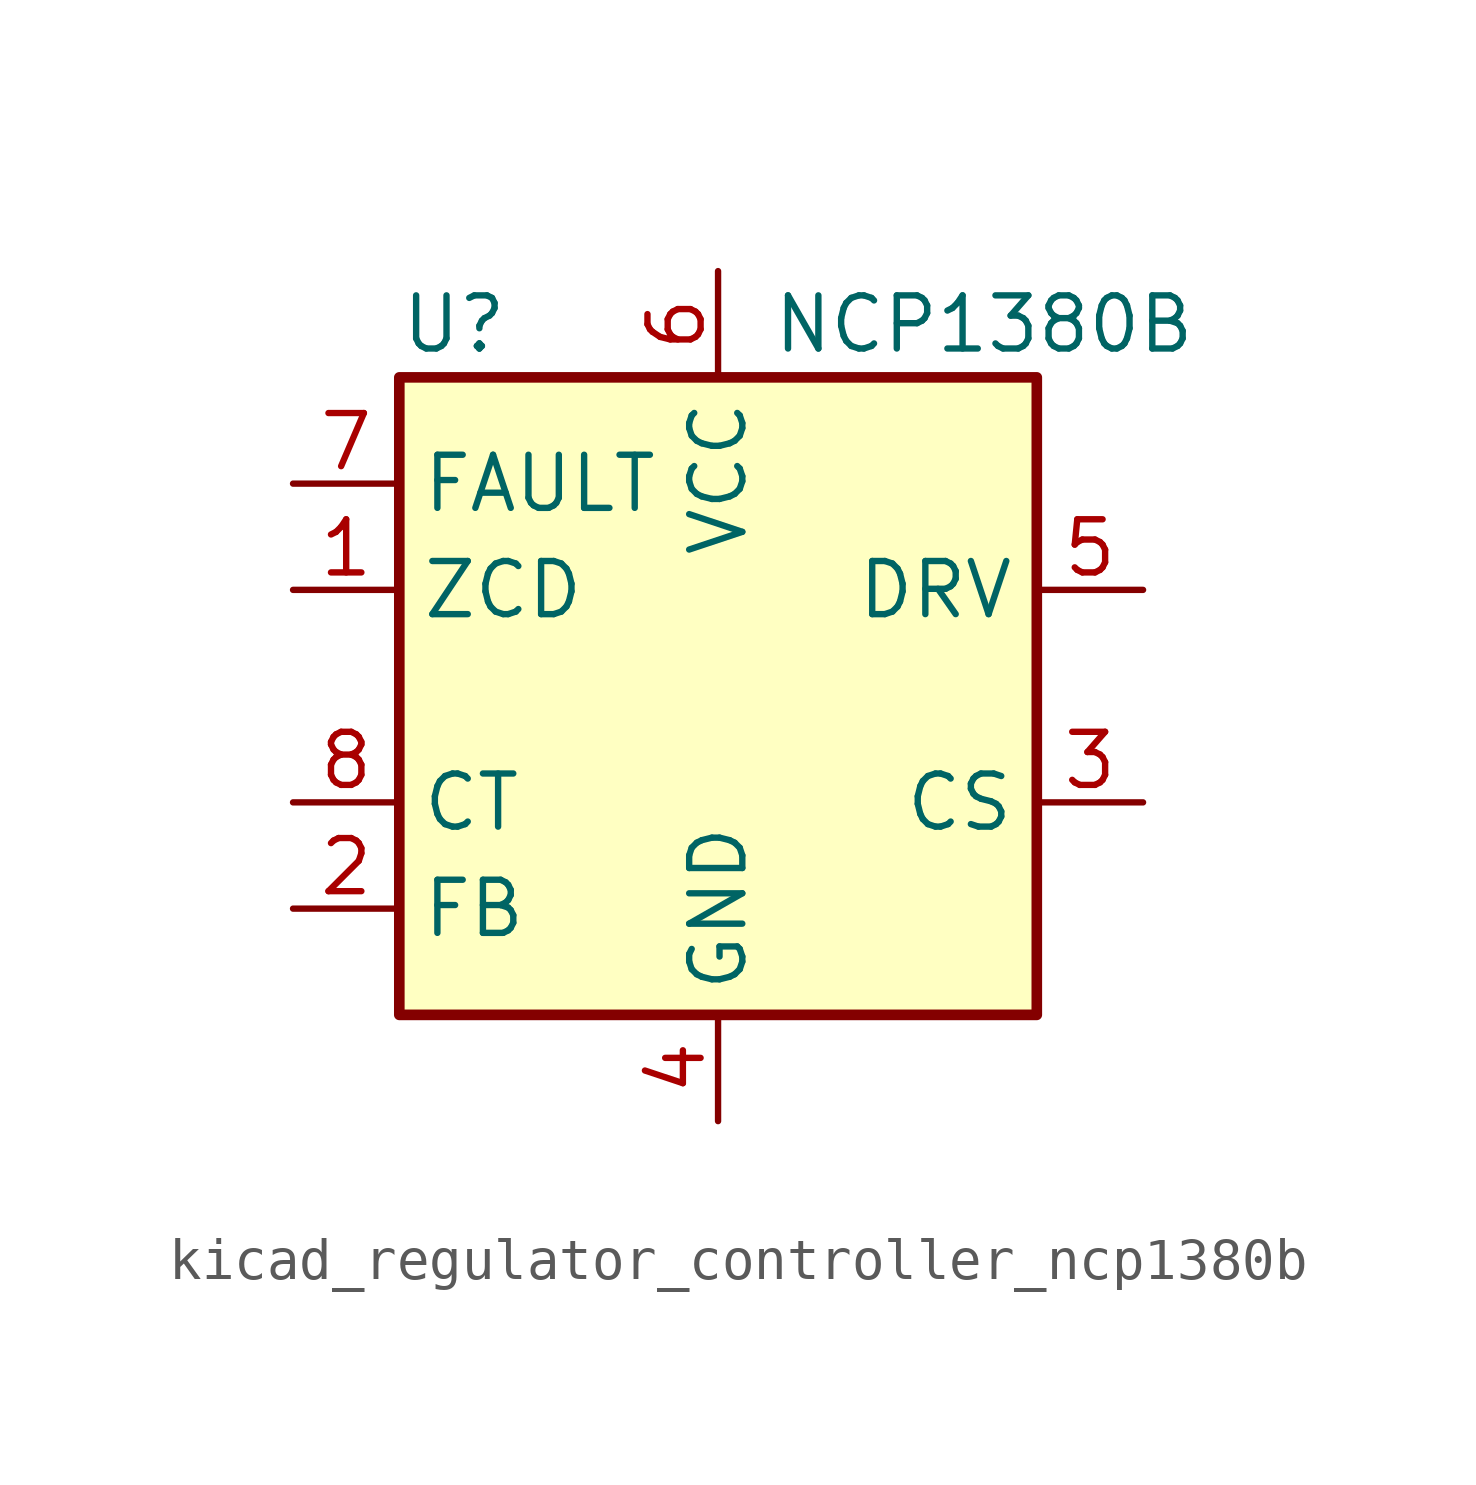
<source format=kicad_sym>
(kicad_symbol_lib
  (version 20220914)
  (generator kicad_symbol_editor)
  (symbol "kicad_regulator_controller_ncp1380b"
    (property "Reference" "U"
      (at -7.62 8.89 0)
      (effects (font (size 1.27 1.27)) (justify left)))
    (property "Value" "NCP1380B"
      (at 1.27 8.89 0)
      (effects (font (size 1.27 1.27)) (justify left)))
    (symbol "kicad_regulator_controller_ncp1380b_0_0"
      (rectangle (start -7.62 7.62) (end 7.62 -7.62) (stroke (width 0.254) (type default)) (fill (type background))))
    (symbol "kicad_regulator_controller_ncp1380b_1_1"
      (pin input line (at -10.16 2.54 0) (length 2.54) (name "ZCD" (effects (font (size 1.27 1.27)))) (number "1" (effects (font (size 1.27 1.27)))))
      (pin input line (at -10.16 -5.08 0) (length 2.54) (name "FB" (effects (font (size 1.27 1.27)))) (number "2" (effects (font (size 1.27 1.27)))))
      (pin input line (at 10.16 -2.54 180) (length 2.54) (name "CS" (effects (font (size 1.27 1.27)))) (number "3" (effects (font (size 1.27 1.27)))))
      (pin power_in line (at 0 -10.16 90) (length 2.54) (name "GND" (effects (font (size 1.27 1.27)))) (number "4" (effects (font (size 1.27 1.27)))))
      (pin output line (at 10.16 2.54 180) (length 2.54) (name "DRV" (effects (font (size 1.27 1.27)))) (number "5" (effects (font (size 1.27 1.27)))))
      (pin power_in line (at 0 10.16 270) (length 2.54) (name "VCC" (effects (font (size 1.27 1.27)))) (number "6" (effects (font (size 1.27 1.27)))))
      (pin input line (at -10.16 5.08 0) (length 2.54) (name "FAULT" (effects (font (size 1.27 1.27)))) (number "7" (effects (font (size 1.27 1.27)))))
      (pin passive line (at -10.16 -2.54 0) (length 2.54) (name "CT" (effects (font (size 1.27 1.27)))) (number "8" (effects (font (size 1.27 1.27))))))))
</source>
